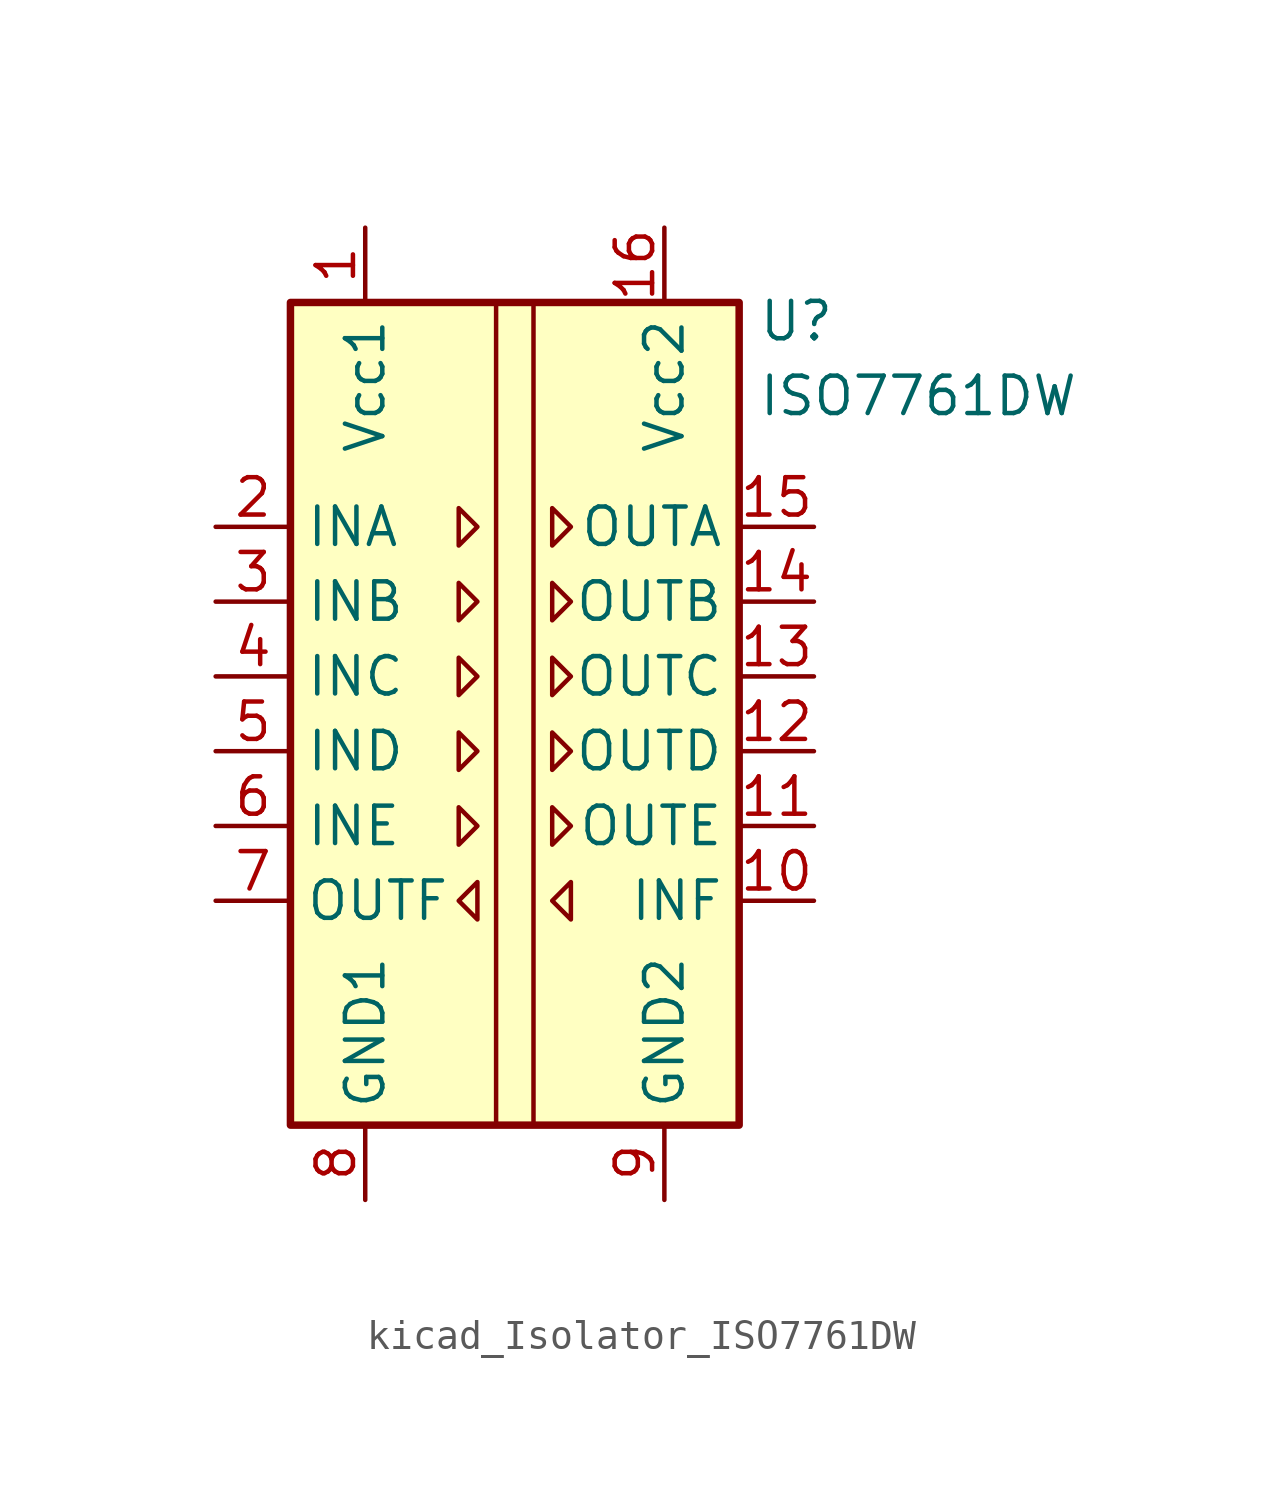
<source format=kicad_sym>
(kicad_symbol_lib
  (version 20220914)
  (generator kicad_symbol_editor)
  (symbol "kicad_Isolator_ISO7761DW"
    (property "Reference" "U"
      (at 8.255 14.605 0)
      (effects (font (size 1.27 1.27)) (justify left)))
    (property "Value" "ISO7761DW"
      (at 8.255 12.065 0)
      (effects (font (size 1.27 1.27)) (justify left)))
    (symbol "kicad_Isolator_ISO7761DW_0_1"
      (rectangle (start -7.62 15.24) (end 7.62 -12.7) (stroke (width 0.254) (type default)) (fill (type background)))
      (polyline (pts (xy -0.635 15.24) (xy -0.635 -12.7)) (stroke (width 0) (type default)) (fill (type none)))
      (polyline (pts (xy 0.635 15.24) (xy 0.635 -12.7)) (stroke (width 0) (type default)) (fill (type none)))
      (polyline (pts (xy -1.905 8.255) (xy -1.27 7.62) (xy -1.905 6.985) (xy -1.905 8.255)) (stroke (width 0) (type default)) (fill (type none)))
      (polyline (pts (xy 1.27 8.255) (xy 1.905 7.62) (xy 1.27 6.985) (xy 1.27 8.255)) (stroke (width 0) (type default)) (fill (type none))))
    (symbol "kicad_Isolator_ISO7761DW_1_1"
      (polyline (pts (xy -1.905 -1.905) (xy -1.27 -2.54) (xy -1.905 -3.175) (xy -1.905 -1.905)) (stroke (width 0) (type default)) (fill (type none)))
      (polyline (pts (xy -1.905 0.635) (xy -1.27 0) (xy -1.905 -0.635) (xy -1.905 0.635)) (stroke (width 0) (type default)) (fill (type none)))
      (polyline (pts (xy -1.905 3.175) (xy -1.27 2.54) (xy -1.905 1.905) (xy -1.905 3.175)) (stroke (width 0) (type default)) (fill (type none)))
      (polyline (pts (xy -1.905 5.715) (xy -1.27 5.08) (xy -1.905 4.445) (xy -1.905 5.715)) (stroke (width 0) (type default)) (fill (type none)))
      (polyline (pts (xy -1.27 -4.445) (xy -1.905 -5.08) (xy -1.27 -5.715) (xy -1.27 -4.445)) (stroke (width 0) (type default)) (fill (type none)))
      (polyline (pts (xy 1.27 -1.905) (xy 1.905 -2.54) (xy 1.27 -3.175) (xy 1.27 -1.905)) (stroke (width 0) (type default)) (fill (type none)))
      (polyline (pts (xy 1.27 0.635) (xy 1.905 0) (xy 1.27 -0.635) (xy 1.27 0.635)) (stroke (width 0) (type default)) (fill (type none)))
      (polyline (pts (xy 1.27 3.175) (xy 1.905 2.54) (xy 1.27 1.905) (xy 1.27 3.175)) (stroke (width 0) (type default)) (fill (type none)))
      (polyline (pts (xy 1.27 5.715) (xy 1.905 5.08) (xy 1.27 4.445) (xy 1.27 5.715)) (stroke (width 0) (type default)) (fill (type none)))
      (polyline (pts (xy 1.905 -4.445) (xy 1.27 -5.08) (xy 1.905 -5.715) (xy 1.905 -4.445)) (stroke (width 0) (type default)) (fill (type none)))
      (pin power_in line (at -5.08 17.78 270) (length 2.54) (name "Vcc1" (effects (font (size 1.27 1.27)))) (number "1" (effects (font (size 1.27 1.27)))))
      (pin input line (at 10.16 -5.08 180) (length 2.54) (name "INF" (effects (font (size 1.27 1.27)))) (number "10" (effects (font (size 1.27 1.27)))))
      (pin output line (at 10.16 -2.54 180) (length 2.54) (name "OUTE" (effects (font (size 1.27 1.27)))) (number "11" (effects (font (size 1.27 1.27)))))
      (pin output line (at 10.16 0 180) (length 2.54) (name "OUTD" (effects (font (size 1.27 1.27)))) (number "12" (effects (font (size 1.27 1.27)))))
      (pin output line (at 10.16 2.54 180) (length 2.54) (name "OUTC" (effects (font (size 1.27 1.27)))) (number "13" (effects (font (size 1.27 1.27)))))
      (pin output line (at 10.16 5.08 180) (length 2.54) (name "OUTB" (effects (font (size 1.27 1.27)))) (number "14" (effects (font (size 1.27 1.27)))))
      (pin output line (at 10.16 7.62 180) (length 2.54) (name "OUTA" (effects (font (size 1.27 1.27)))) (number "15" (effects (font (size 1.27 1.27)))))
      (pin power_in line (at 5.08 17.78 270) (length 2.54) (name "Vcc2" (effects (font (size 1.27 1.27)))) (number "16" (effects (font (size 1.27 1.27)))))
      (pin input line (at -10.16 7.62 0) (length 2.54) (name "INA" (effects (font (size 1.27 1.27)))) (number "2" (effects (font (size 1.27 1.27)))))
      (pin input line (at -10.16 5.08 0) (length 2.54) (name "INB" (effects (font (size 1.27 1.27)))) (number "3" (effects (font (size 1.27 1.27)))))
      (pin input line (at -10.16 2.54 0) (length 2.54) (name "INC" (effects (font (size 1.27 1.27)))) (number "4" (effects (font (size 1.27 1.27)))))
      (pin input line (at -10.16 0 0) (length 2.54) (name "IND" (effects (font (size 1.27 1.27)))) (number "5" (effects (font (size 1.27 1.27)))))
      (pin input line (at -10.16 -2.54 0) (length 2.54) (name "INE" (effects (font (size 1.27 1.27)))) (number "6" (effects (font (size 1.27 1.27)))))
      (pin output line (at -10.16 -5.08 0) (length 2.54) (name "OUTF" (effects (font (size 1.27 1.27)))) (number "7" (effects (font (size 1.27 1.27)))))
      (pin power_in line (at -5.08 -15.24 90) (length 2.54) (name "GND1" (effects (font (size 1.27 1.27)))) (number "8" (effects (font (size 1.27 1.27)))))
      (pin power_in line (at 5.08 -15.24 90) (length 2.54) (name "GND2" (effects (font (size 1.27 1.27)))) (number "9" (effects (font (size 1.27 1.27))))))))
</source>
